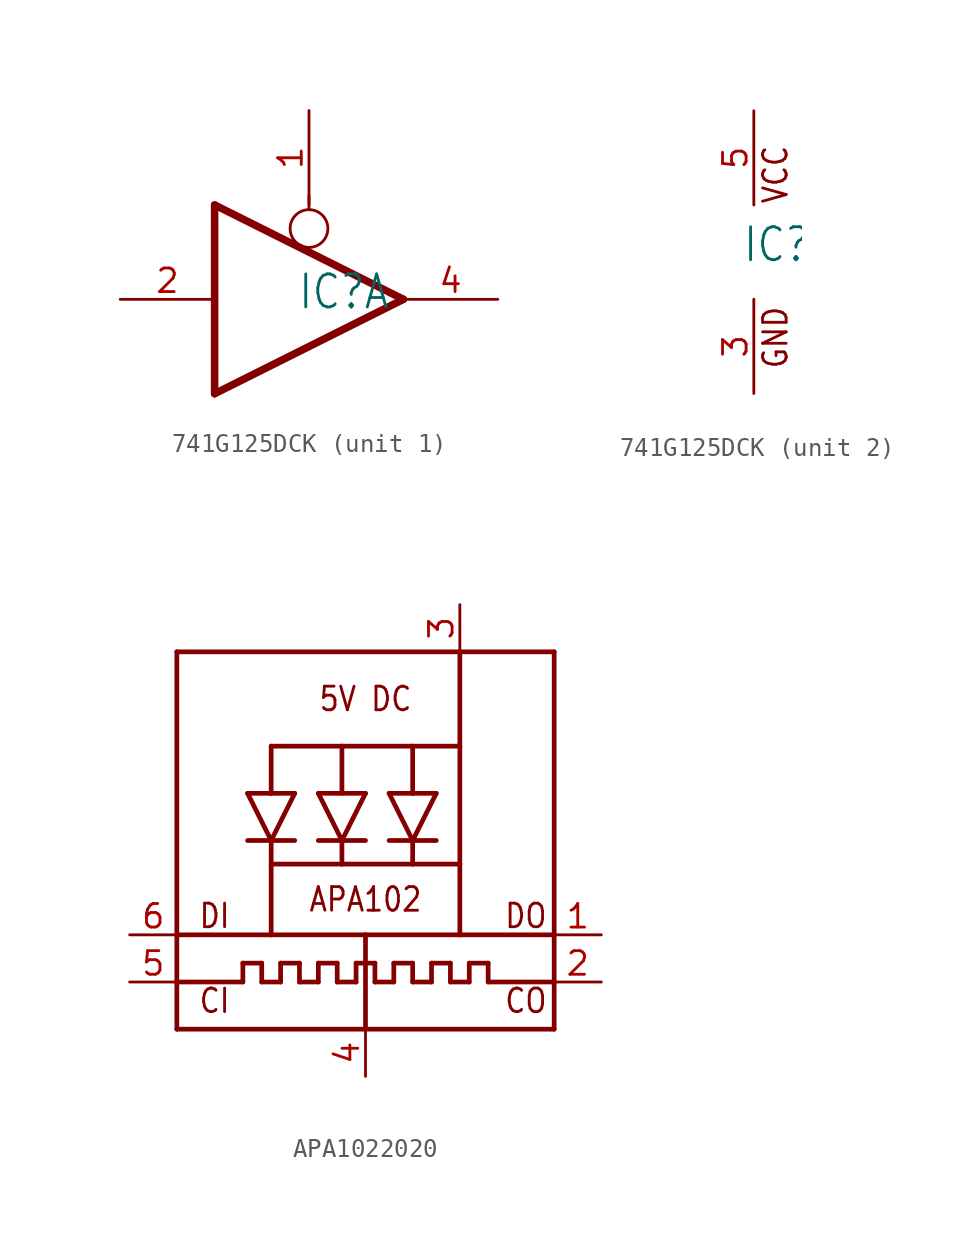
<source format=kicad_sym>
(kicad_symbol_lib
  (version 20231120)
  (generator "kicad_symbol_editor")
  (generator_version "8.0")
  (symbol "741G125DCK"
    (property "Reference" "IC"
      (at -0.635 -0.635 0)
      (effects (font (size 1.778 1.511)) (justify left bottom)))
    (property "ki_locked" ""
      (at 0 0 0)
      (effects (font (size 1.27 1.27))))
    (symbol "741G125DCK_1_0"
      (polyline (pts (xy -5.08 -5.08) (xy -5.08 5.08)) (stroke (width 0.406) (type solid)) (fill (type none)))
      (polyline (pts (xy 0 4.826) (xy 0 5.588)) (stroke (width 0.152) (type solid)) (fill (type none)))
      (polyline (pts (xy 5.08 0) (xy -5.08 -5.08)) (stroke (width 0.406) (type solid)) (fill (type none)))
      (polyline (pts (xy 5.08 0) (xy -5.08 5.08)) (stroke (width 0.406) (type solid)) (fill (type none)))
      (circle (center 0 3.81) (radius 1.016) (stroke (width 0.152) (type solid)) (fill (type none)))
      (pin input line (at 0 10.16 270) (length 5.08) (name "OE" (effects (font (size 0 0)))) (number "1" (effects (font (size 1.27 1.27)))))
      (pin input line (at -10.16 0 0) (length 5.08) (name "I" (effects (font (size 0 0)))) (number "2" (effects (font (size 1.27 1.27)))))
      (pin tri_state line (at 10.16 0 180) (length 5.08) (name "O" (effects (font (size 0 0)))) (number "4" (effects (font (size 1.27 1.27))))))
    (symbol "741G125DCK_2_0"
      (text "GND" (at 1.905 -6.35 900) (effects (font (size 1.27 1.079)) (justify left bottom)))
      (text "VCC" (at 1.905 2.54 900) (effects (font (size 1.27 1.079)) (justify left bottom)))
      (pin power_in line (at 0 -7.62 90) (length 5.08) (name "GND" (effects (font (size 0 0)))) (number "3" (effects (font (size 1.27 1.27)))))
      (pin power_in line (at 0 7.62 270) (length 5.08) (name "VCC" (effects (font (size 0 0)))) (number "5" (effects (font (size 1.27 1.27)))))))
  (symbol "APA1022020"
    (property "Reference" ""
      (at -10.16 11.176 0)
      (effects (font (size 1.27 1.079)) (justify left bottom) (hide yes)))
    (property "Value" ""
      (at -10.16 -12.7 0)
      (effects (font (size 1.27 1.079)) (justify left bottom)))
    (property "ki_locked" ""
      (at 0 0 0)
      (effects (font (size 1.27 1.27))))
    (symbol "APA1022020_1_0"
      (polyline (pts (xy -10.16 -10.16) (xy 0 -10.16)) (stroke (width 0.254) (type solid)) (fill (type none)))
      (polyline (pts (xy -10.16 -7.62) (xy -10.16 -10.16)) (stroke (width 0.254) (type solid)) (fill (type none)))
      (polyline (pts (xy -10.16 -7.62) (xy -6.604 -7.62)) (stroke (width 0.254) (type solid)) (fill (type none)))
      (polyline (pts (xy -10.16 -5.08) (xy -10.16 -7.62)) (stroke (width 0.254) (type solid)) (fill (type none)))
      (polyline (pts (xy -10.16 10.16) (xy -10.16 -5.08)) (stroke (width 0.254) (type solid)) (fill (type none)))
      (polyline (pts (xy -6.604 -7.62) (xy -6.604 -6.604)) (stroke (width 0.254) (type solid)) (fill (type none)))
      (polyline (pts (xy -6.604 -6.604) (xy -5.588 -6.604)) (stroke (width 0.254) (type solid)) (fill (type none)))
      (polyline (pts (xy -6.35 0) (xy -5.08 0)) (stroke (width 0.254) (type solid)) (fill (type none)))
      (polyline (pts (xy -6.35 2.54) (xy -5.08 2.54)) (stroke (width 0.254) (type solid)) (fill (type none)))
      (polyline (pts (xy -5.588 -7.62) (xy -4.572 -7.62)) (stroke (width 0.254) (type solid)) (fill (type none)))
      (polyline (pts (xy -5.588 -6.604) (xy -5.588 -7.62)) (stroke (width 0.254) (type solid)) (fill (type none)))
      (polyline (pts (xy -5.08 -5.08) (xy -10.16 -5.08)) (stroke (width 0.254) (type solid)) (fill (type none)))
      (polyline (pts (xy -5.08 -5.08) (xy 0 -5.08)) (stroke (width 0.254) (type solid)) (fill (type none)))
      (polyline (pts (xy -5.08 -1.27) (xy -5.08 -5.08)) (stroke (width 0.254) (type solid)) (fill (type none)))
      (polyline (pts (xy -5.08 0) (xy -6.35 2.54)) (stroke (width 0.254) (type solid)) (fill (type none)))
      (polyline (pts (xy -5.08 0) (xy -5.08 -1.27)) (stroke (width 0.254) (type solid)) (fill (type none)))
      (polyline (pts (xy -5.08 0) (xy -3.81 2.54)) (stroke (width 0.254) (type solid)) (fill (type none)))
      (polyline (pts (xy -5.08 2.54) (xy -3.81 2.54)) (stroke (width 0.254) (type solid)) (fill (type none)))
      (polyline (pts (xy -5.08 5.08) (xy -5.08 2.54)) (stroke (width 0.254) (type solid)) (fill (type none)))
      (polyline (pts (xy -4.572 -7.62) (xy -4.572 -6.604)) (stroke (width 0.254) (type solid)) (fill (type none)))
      (polyline (pts (xy -4.572 -6.604) (xy -3.556 -6.604)) (stroke (width 0.254) (type solid)) (fill (type none)))
      (polyline (pts (xy -3.81 0) (xy -5.08 0)) (stroke (width 0.254) (type solid)) (fill (type none)))
      (polyline (pts (xy -3.556 -7.62) (xy -2.54 -7.62)) (stroke (width 0.254) (type solid)) (fill (type none)))
      (polyline (pts (xy -3.556 -6.604) (xy -3.556 -7.62)) (stroke (width 0.254) (type solid)) (fill (type none)))
      (polyline (pts (xy -2.54 -7.62) (xy -2.54 -6.604)) (stroke (width 0.254) (type solid)) (fill (type none)))
      (polyline (pts (xy -2.54 -6.604) (xy -1.524 -6.604)) (stroke (width 0.254) (type solid)) (fill (type none)))
      (polyline (pts (xy -2.54 0) (xy -1.27 0)) (stroke (width 0.254) (type solid)) (fill (type none)))
      (polyline (pts (xy -2.54 2.54) (xy 0 2.54)) (stroke (width 0.254) (type solid)) (fill (type none)))
      (polyline (pts (xy -1.524 -7.62) (xy -0.508 -7.62)) (stroke (width 0.254) (type solid)) (fill (type none)))
      (polyline (pts (xy -1.524 -6.604) (xy -1.524 -7.62)) (stroke (width 0.254) (type solid)) (fill (type none)))
      (polyline (pts (xy -1.27 -1.27) (xy -5.08 -1.27)) (stroke (width 0.254) (type solid)) (fill (type none)))
      (polyline (pts (xy -1.27 0) (xy -2.54 2.54)) (stroke (width 0.254) (type solid)) (fill (type none)))
      (polyline (pts (xy -1.27 0) (xy -1.27 -1.27)) (stroke (width 0.254) (type solid)) (fill (type none)))
      (polyline (pts (xy -1.27 0) (xy 0 0)) (stroke (width 0.254) (type solid)) (fill (type none)))
      (polyline (pts (xy -1.27 2.54) (xy -1.27 5.08)) (stroke (width 0.254) (type solid)) (fill (type none)))
      (polyline (pts (xy -1.27 5.08) (xy -5.08 5.08)) (stroke (width 0.254) (type solid)) (fill (type none)))
      (polyline (pts (xy -0.508 -7.62) (xy -0.508 -6.604)) (stroke (width 0.254) (type solid)) (fill (type none)))
      (polyline (pts (xy -0.508 -6.604) (xy 0.508 -6.604)) (stroke (width 0.254) (type solid)) (fill (type none)))
      (polyline (pts (xy 0 -10.16) (xy 10.16 -10.16)) (stroke (width 0.254) (type solid)) (fill (type none)))
      (polyline (pts (xy 0 -5.08) (xy 0 -10.16)) (stroke (width 0.254) (type solid)) (fill (type none)))
      (polyline (pts (xy 0 -5.08) (xy 5.08 -5.08)) (stroke (width 0.254) (type solid)) (fill (type none)))
      (polyline (pts (xy 0 2.54) (xy -1.27 0)) (stroke (width 0.254) (type solid)) (fill (type none)))
      (polyline (pts (xy 0.508 -7.62) (xy 1.524 -7.62)) (stroke (width 0.254) (type solid)) (fill (type none)))
      (polyline (pts (xy 0.508 -6.604) (xy 0.508 -7.62)) (stroke (width 0.254) (type solid)) (fill (type none)))
      (polyline (pts (xy 1.27 2.54) (xy 2.54 0)) (stroke (width 0.254) (type solid)) (fill (type none)))
      (polyline (pts (xy 1.27 2.54) (xy 2.54 2.54)) (stroke (width 0.254) (type solid)) (fill (type none)))
      (polyline (pts (xy 1.524 -7.62) (xy 1.524 -6.604)) (stroke (width 0.254) (type solid)) (fill (type none)))
      (polyline (pts (xy 1.524 -6.604) (xy 2.54 -6.604)) (stroke (width 0.254) (type solid)) (fill (type none)))
      (polyline (pts (xy 2.54 -7.62) (xy 3.556 -7.62)) (stroke (width 0.254) (type solid)) (fill (type none)))
      (polyline (pts (xy 2.54 -6.604) (xy 2.54 -7.62)) (stroke (width 0.254) (type solid)) (fill (type none)))
      (polyline (pts (xy 2.54 -1.27) (xy -1.27 -1.27)) (stroke (width 0.254) (type solid)) (fill (type none)))
      (polyline (pts (xy 2.54 0) (xy 1.27 0)) (stroke (width 0.254) (type solid)) (fill (type none)))
      (polyline (pts (xy 2.54 0) (xy 2.54 -1.27)) (stroke (width 0.254) (type solid)) (fill (type none)))
      (polyline (pts (xy 2.54 0) (xy 3.81 0)) (stroke (width 0.254) (type solid)) (fill (type none)))
      (polyline (pts (xy 2.54 0) (xy 3.81 2.54)) (stroke (width 0.254) (type solid)) (fill (type none)))
      (polyline (pts (xy 2.54 2.54) (xy 2.54 5.08)) (stroke (width 0.254) (type solid)) (fill (type none)))
      (polyline (pts (xy 2.54 5.08) (xy -1.27 5.08)) (stroke (width 0.254) (type solid)) (fill (type none)))
      (polyline (pts (xy 2.54 5.08) (xy 5.08 5.08)) (stroke (width 0.254) (type solid)) (fill (type none)))
      (polyline (pts (xy 3.556 -7.62) (xy 3.556 -6.604)) (stroke (width 0.254) (type solid)) (fill (type none)))
      (polyline (pts (xy 3.556 -6.604) (xy 4.572 -6.604)) (stroke (width 0.254) (type solid)) (fill (type none)))
      (polyline (pts (xy 3.81 2.54) (xy 2.54 2.54)) (stroke (width 0.254) (type solid)) (fill (type none)))
      (polyline (pts (xy 4.572 -7.62) (xy 5.588 -7.62)) (stroke (width 0.254) (type solid)) (fill (type none)))
      (polyline (pts (xy 4.572 -6.604) (xy 4.572 -7.62)) (stroke (width 0.254) (type solid)) (fill (type none)))
      (polyline (pts (xy 5.08 -5.08) (xy 5.08 -1.27)) (stroke (width 0.254) (type solid)) (fill (type none)))
      (polyline (pts (xy 5.08 -5.08) (xy 10.16 -5.08)) (stroke (width 0.254) (type solid)) (fill (type none)))
      (polyline (pts (xy 5.08 -1.27) (xy 2.54 -1.27)) (stroke (width 0.254) (type solid)) (fill (type none)))
      (polyline (pts (xy 5.08 5.08) (xy 5.08 -1.27)) (stroke (width 0.254) (type solid)) (fill (type none)))
      (polyline (pts (xy 5.08 10.16) (xy -10.16 10.16)) (stroke (width 0.254) (type solid)) (fill (type none)))
      (polyline (pts (xy 5.08 10.16) (xy 5.08 5.08)) (stroke (width 0.254) (type solid)) (fill (type none)))
      (polyline (pts (xy 5.588 -7.62) (xy 5.588 -6.604)) (stroke (width 0.254) (type solid)) (fill (type none)))
      (polyline (pts (xy 5.588 -6.604) (xy 6.604 -6.604)) (stroke (width 0.254) (type solid)) (fill (type none)))
      (polyline (pts (xy 6.604 -7.62) (xy 10.16 -7.62)) (stroke (width 0.254) (type solid)) (fill (type none)))
      (polyline (pts (xy 6.604 -6.604) (xy 6.604 -7.62)) (stroke (width 0.254) (type solid)) (fill (type none)))
      (polyline (pts (xy 10.16 -10.16) (xy 10.16 -7.62)) (stroke (width 0.254) (type solid)) (fill (type none)))
      (polyline (pts (xy 10.16 -7.62) (xy 10.16 -5.08)) (stroke (width 0.254) (type solid)) (fill (type none)))
      (polyline (pts (xy 10.16 -5.08) (xy 10.16 10.16)) (stroke (width 0.254) (type solid)) (fill (type none)))
      (polyline (pts (xy 10.16 10.16) (xy 5.08 10.16)) (stroke (width 0.254) (type solid)) (fill (type none)))
      (text "5V DC" (at 0 7.62 0) (effects (font (size 1.27 1.079))))
      (text "APA102" (at 0 -3.175 0) (effects (font (size 1.27 1.079))))
      (text "CI" (at -8.128 -8.636 0) (effects (font (size 1.27 1.079))))
      (text "CO" (at 8.636 -8.636 0) (effects (font (size 1.27 1.079))))
      (text "DI" (at -8.128 -4.064 0) (effects (font (size 1.27 1.079))))
      (text "DO" (at 8.636 -4.064 0) (effects (font (size 1.27 1.079))))
      (pin output line (at 12.7 -5.08 180) (length 2.54) (name "DO" (effects (font (size 0 0)))) (number "1" (effects (font (size 1.27 1.27)))))
      (pin output line (at 12.7 -7.62 180) (length 2.54) (name "CKO" (effects (font (size 0 0)))) (number "2" (effects (font (size 1.27 1.27)))))
      (pin power_in line (at 5.08 12.7 270) (length 2.54) (name "VDD" (effects (font (size 0 0)))) (number "3" (effects (font (size 1.27 1.27)))))
      (pin power_in line (at 0 -12.7 90) (length 2.54) (name "GND" (effects (font (size 0 0)))) (number "4" (effects (font (size 1.27 1.27)))))
      (pin input line (at -12.7 -7.62 0) (length 2.54) (name "CKI" (effects (font (size 0 0)))) (number "5" (effects (font (size 1.27 1.27)))))
      (pin input line (at -12.7 -5.08 0) (length 2.54) (name "DI" (effects (font (size 0 0)))) (number "6" (effects (font (size 1.27 1.27))))))))
</source>
